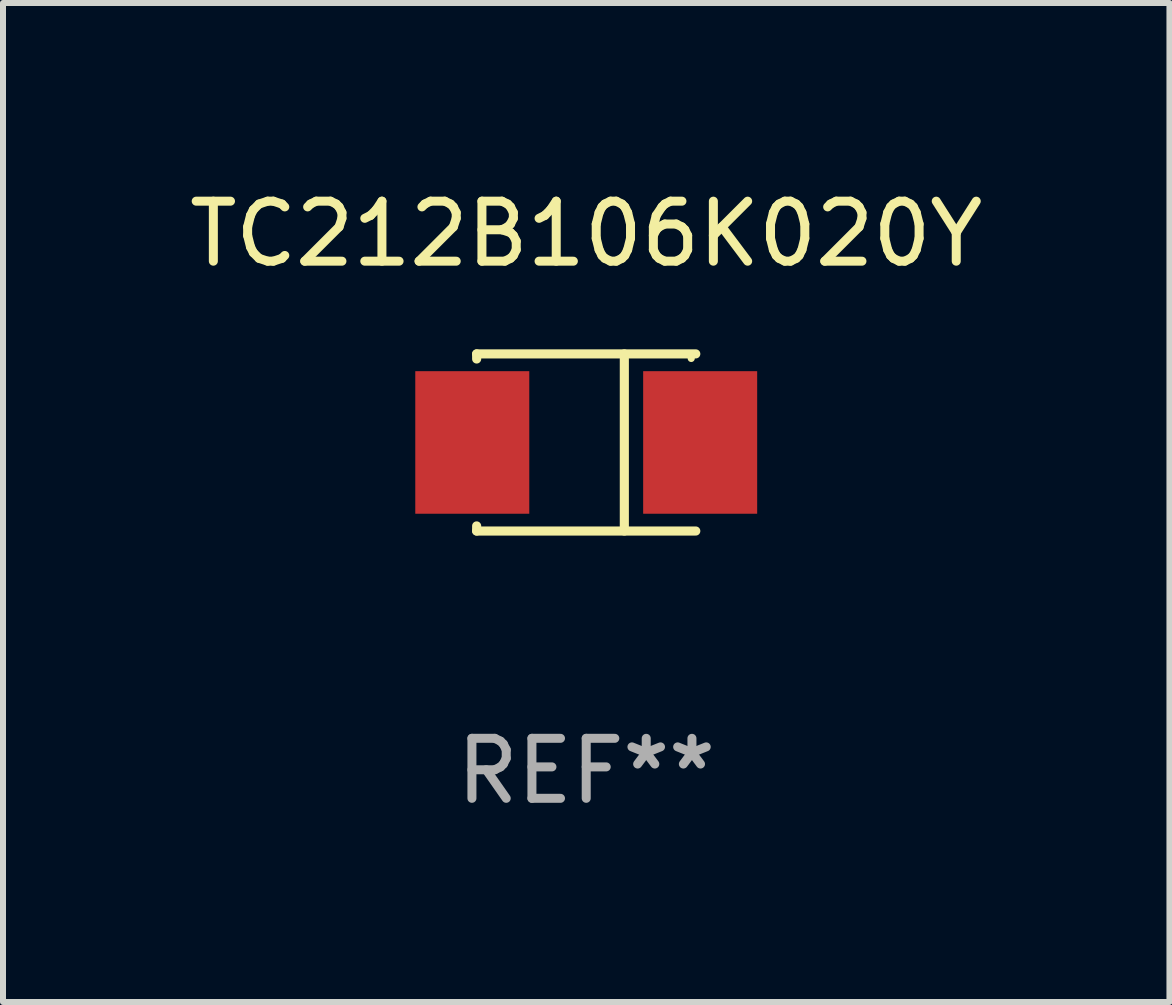
<source format=kicad_pcb>
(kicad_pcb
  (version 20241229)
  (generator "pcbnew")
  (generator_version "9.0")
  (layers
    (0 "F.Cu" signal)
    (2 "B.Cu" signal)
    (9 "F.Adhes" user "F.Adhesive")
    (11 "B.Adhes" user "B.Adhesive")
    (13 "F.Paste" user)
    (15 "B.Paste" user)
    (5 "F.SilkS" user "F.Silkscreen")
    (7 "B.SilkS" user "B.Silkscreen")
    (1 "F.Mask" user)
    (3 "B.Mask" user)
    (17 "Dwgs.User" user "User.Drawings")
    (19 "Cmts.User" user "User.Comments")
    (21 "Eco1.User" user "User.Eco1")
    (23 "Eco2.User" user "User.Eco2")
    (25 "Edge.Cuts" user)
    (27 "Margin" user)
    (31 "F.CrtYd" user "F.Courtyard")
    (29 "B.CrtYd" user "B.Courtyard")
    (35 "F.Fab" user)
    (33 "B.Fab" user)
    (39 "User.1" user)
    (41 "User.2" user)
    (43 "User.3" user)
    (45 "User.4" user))
  (footprint "TC212B106K020Y"
    (layer "F.Cu")
    (at 6.72 4.324)
    (property "Reference" "TC212B106K020Y" (at 0 -3.476 0) (layer "F.SilkS") (effects (font (size 1 1) (thickness 0.15))))
    (attr through_hole)
    (fp_line (start -1.826 -1.476) (end -1.826 -1.391) (stroke (width 0.152) (type solid)) (layer "F.SilkS"))
    (fp_line (start -1.826 -1.476) (end 1.826 -1.476) (stroke (width 0.152) (type solid)) (layer "F.SilkS"))
    (fp_line (start -1.826 1.476) (end -1.826 1.391) (stroke (width 0.152) (type solid)) (layer "F.SilkS"))
    (fp_line (start -1.826 1.476) (end 1.826 1.476) (stroke (width 0.152) (type solid)) (layer "F.SilkS"))
    (fp_line (start 0.635 -1.476) (end 0.635 1.476) (stroke (width 0.152) (type solid)) (layer "F.SilkS"))
    (fp_circle (center 1.75 -1.4) (end 1.78 -1.4) (stroke (width 0.06) (type solid)) (fill no) (layer "F.SilkS"))
    (fp_text user "REF**" (at 0 5.476 0) (layer "F.Fab") (effects (font (size 1 1) (thickness 0.15))))
    (pad "1" smd rect (at 1.899 0) (size 1.9 2.376) (layers "F.Cu" "F.Mask" "F.Paste"))
    (pad "2" smd rect (at -1.899 0) (size 1.9 2.376) (layers "F.Cu" "F.Mask" "F.Paste")))
  (gr_rect
    (start -3 -3)
    (end 16.44 13.649)
    (stroke (width 0.1) (type default))
    (fill no)
    (layer "Edge.Cuts")))
</source>
